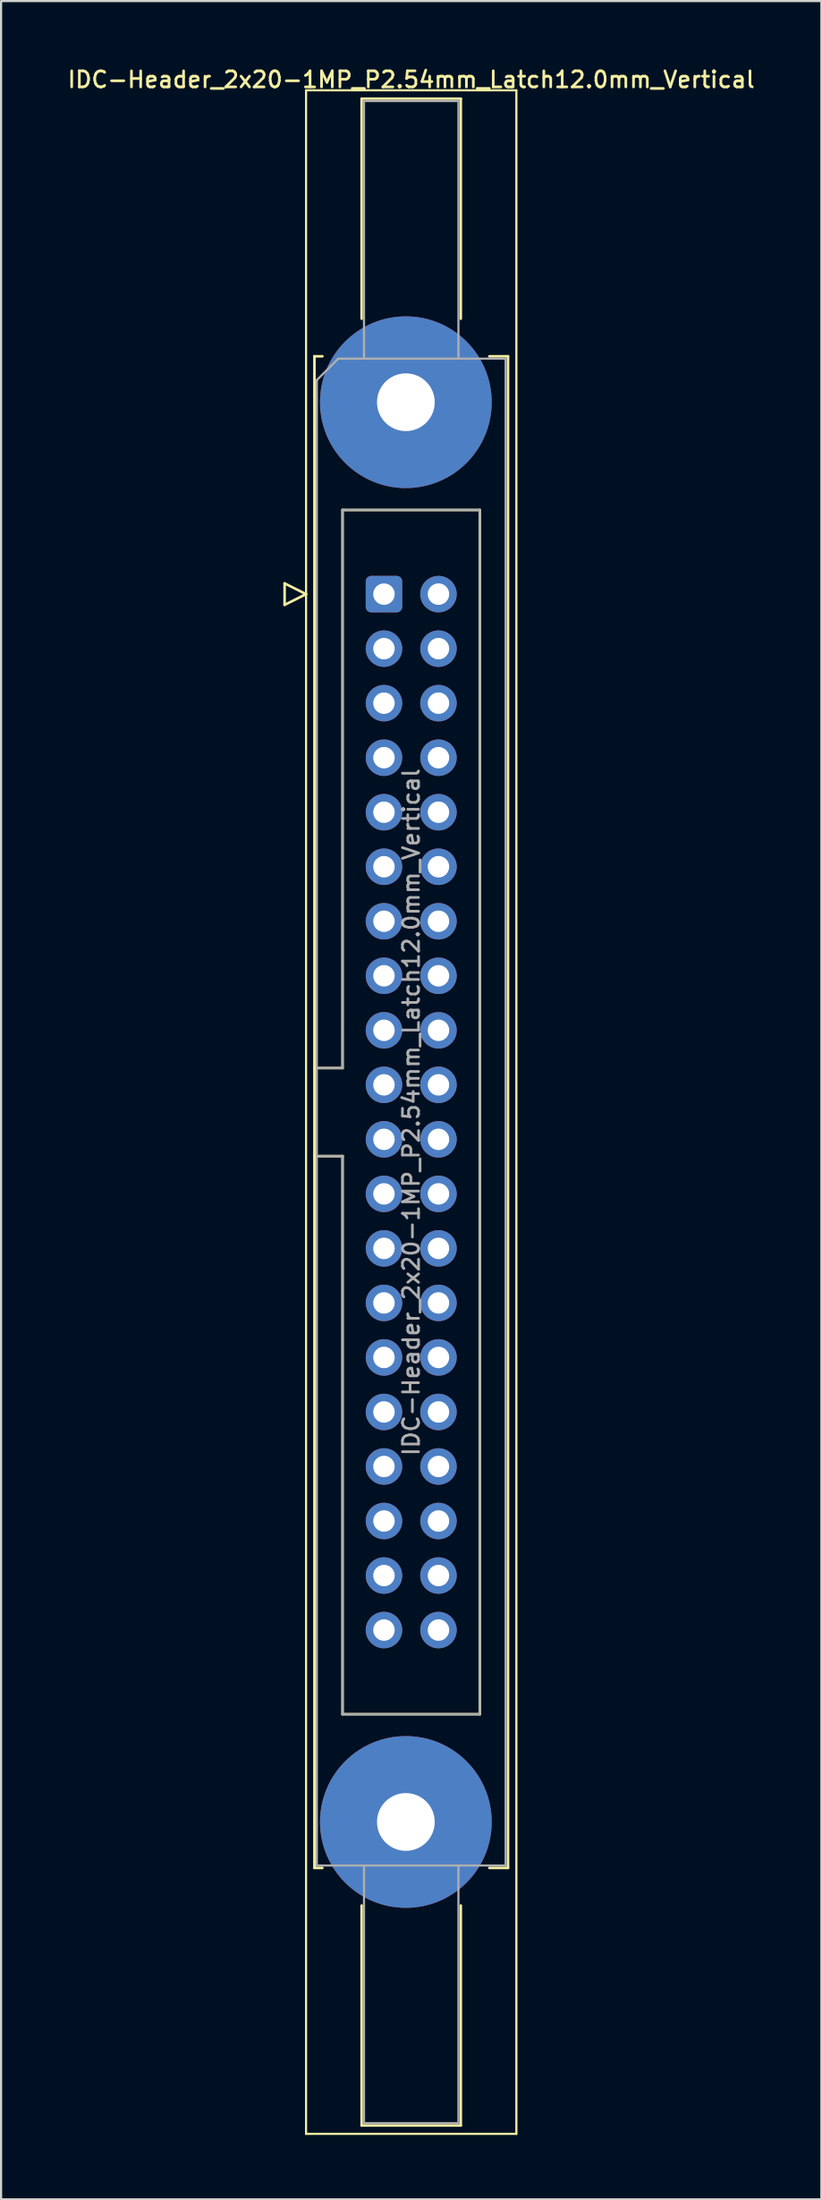
<source format=kicad_pcb>
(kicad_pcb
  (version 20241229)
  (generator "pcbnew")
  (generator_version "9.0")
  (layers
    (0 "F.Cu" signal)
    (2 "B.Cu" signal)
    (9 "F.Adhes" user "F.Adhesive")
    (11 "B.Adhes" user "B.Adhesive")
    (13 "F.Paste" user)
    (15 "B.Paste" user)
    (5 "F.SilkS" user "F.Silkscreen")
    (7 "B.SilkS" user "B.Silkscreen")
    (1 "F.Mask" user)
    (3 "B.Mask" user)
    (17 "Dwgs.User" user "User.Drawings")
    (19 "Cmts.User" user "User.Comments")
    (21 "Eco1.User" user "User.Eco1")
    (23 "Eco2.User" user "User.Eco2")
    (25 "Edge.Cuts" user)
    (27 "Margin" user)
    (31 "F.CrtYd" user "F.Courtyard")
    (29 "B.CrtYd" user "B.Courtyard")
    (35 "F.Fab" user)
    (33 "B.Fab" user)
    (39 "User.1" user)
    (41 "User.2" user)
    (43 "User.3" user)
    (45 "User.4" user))
  (footprint "IDC-Header_2x20-1MP_P2.54mm_Latch12.0mm_Vertical"
    (layer "F.Cu")
    (at 14.842 24.628)
    (property "Reference" "IDC-Header_2x20-1MP_P2.54mm_Latch12.0mm_Vertical" (at 1.27 -23.97 0) (layer "F.SilkS") (effects (font (size 0.75 0.75) (thickness 0.125))))
    (attr through_hole)
    (fp_line (start -4.63 -0.5) (end -4.63 0.5) (stroke (width 0.12) (type solid)) (layer "F.SilkS"))
    (fp_line (start -4.63 0.5) (end -3.63 0) (stroke (width 0.12) (type solid)) (layer "F.SilkS"))
    (fp_line (start -3.63 -23.47) (end -3.63 71.73) (stroke (width 0.1) (type solid)) (layer "F.SilkS"))
    (fp_line (start -3.63 0) (end -4.63 -0.5) (stroke (width 0.12) (type solid)) (layer "F.SilkS"))
    (fp_line (start -3.63 71.73) (end 6.17 71.73) (stroke (width 0.1) (type solid)) (layer "F.SilkS"))
    (fp_line (start -3.24 -11.08) (end -3.24 59.34) (stroke (width 0.12) (type solid)) (layer "F.SilkS"))
    (fp_line (start -3.24 22.08) (end -1.93 22.08) (stroke (width 0.12) (type solid)) (layer "F.SilkS"))
    (fp_line (start -3.24 59.34) (end -2.87 59.34) (stroke (width 0.12) (type solid)) (layer "F.SilkS"))
    (fp_line (start -2.87 -11.08) (end -3.24 -11.08) (stroke (width 0.12) (type solid)) (layer "F.SilkS"))
    (fp_line (start -1.93 -3.92) (end 4.47 -3.92) (stroke (width 0.12) (type solid)) (layer "F.SilkS"))
    (fp_line (start -1.93 22.08) (end -1.93 -3.92) (stroke (width 0.12) (type solid)) (layer "F.SilkS"))
    (fp_line (start -1.93 26.18) (end -3.24 26.18) (stroke (width 0.12) (type solid)) (layer "F.SilkS"))
    (fp_line (start -1.93 26.18) (end -1.93 26.18) (stroke (width 0.12) (type solid)) (layer "F.SilkS"))
    (fp_line (start -1.93 52.18) (end -1.93 26.18) (stroke (width 0.12) (type solid)) (layer "F.SilkS"))
    (fp_line (start -1.04 -23.08) (end 3.58 -23.08) (stroke (width 0.12) (type solid)) (layer "F.SilkS"))
    (fp_line (start -1.04 -12.83) (end -1.04 -23.08) (stroke (width 0.12) (type solid)) (layer "F.SilkS"))
    (fp_line (start -1.04 61.09) (end -1.04 71.34) (stroke (width 0.12) (type solid)) (layer "F.SilkS"))
    (fp_line (start -1.04 71.34) (end 3.58 71.34) (stroke (width 0.12) (type solid)) (layer "F.SilkS"))
    (fp_line (start 3.58 -23.08) (end 3.58 -12.83) (stroke (width 0.12) (type solid)) (layer "F.SilkS"))
    (fp_line (start 3.58 71.34) (end 3.58 61.09) (stroke (width 0.12) (type solid)) (layer "F.SilkS"))
    (fp_line (start 4.47 -3.92) (end 4.47 52.18) (stroke (width 0.12) (type solid)) (layer "F.SilkS"))
    (fp_line (start 4.47 52.18) (end -1.93 52.18) (stroke (width 0.12) (type solid)) (layer "F.SilkS"))
    (fp_line (start 4.91 -11.08) (end 5.78 -11.08) (stroke (width 0.12) (type solid)) (layer "F.SilkS"))
    (fp_line (start 5.78 -11.08) (end 5.78 59.34) (stroke (width 0.12) (type solid)) (layer "F.SilkS"))
    (fp_line (start 5.78 59.34) (end 4.91 59.34) (stroke (width 0.12) (type solid)) (layer "F.SilkS"))
    (fp_line (start 6.17 -23.47) (end -3.63 -23.47) (stroke (width 0.1) (type solid)) (layer "F.SilkS"))
    (fp_line (start 6.17 71.73) (end 6.17 -23.47) (stroke (width 0.1) (type solid)) (layer "F.SilkS"))
    (fp_line (start -3.13 -9.97) (end -2.13 -10.97) (stroke (width 0.1) (type solid)) (layer "F.Fab"))
    (fp_line (start -3.13 22.08) (end -1.93 22.08) (stroke (width 0.1) (type solid)) (layer "F.Fab"))
    (fp_line (start -3.13 59.23) (end -3.13 -9.97) (stroke (width 0.1) (type solid)) (layer "F.Fab"))
    (fp_line (start -2.13 -10.97) (end 5.67 -10.97) (stroke (width 0.1) (type solid)) (layer "F.Fab"))
    (fp_line (start -1.93 -3.92) (end 4.47 -3.92) (stroke (width 0.1) (type solid)) (layer "F.Fab"))
    (fp_line (start -1.93 22.08) (end -1.93 -3.92) (stroke (width 0.1) (type solid)) (layer "F.Fab"))
    (fp_line (start -1.93 26.18) (end -3.13 26.18) (stroke (width 0.1) (type solid)) (layer "F.Fab"))
    (fp_line (start -1.93 26.18) (end -1.93 26.18) (stroke (width 0.1) (type solid)) (layer "F.Fab"))
    (fp_line (start -1.93 52.18) (end -1.93 26.18) (stroke (width 0.1) (type solid)) (layer "F.Fab"))
    (fp_line (start -0.93 -22.97) (end 3.47 -22.97) (stroke (width 0.1) (type solid)) (layer "F.Fab"))
    (fp_line (start -0.93 -10.97) (end -0.93 -22.97) (stroke (width 0.1) (type solid)) (layer "F.Fab"))
    (fp_line (start -0.93 59.23) (end -0.93 71.23) (stroke (width 0.1) (type solid)) (layer "F.Fab"))
    (fp_line (start -0.93 71.23) (end 3.47 71.23) (stroke (width 0.1) (type solid)) (layer "F.Fab"))
    (fp_line (start 3.47 -22.97) (end 3.47 -10.97) (stroke (width 0.1) (type solid)) (layer "F.Fab"))
    (fp_line (start 3.47 71.23) (end 3.47 59.23) (stroke (width 0.1) (type solid)) (layer "F.Fab"))
    (fp_line (start 4.47 -3.92) (end 4.47 52.18) (stroke (width 0.1) (type solid)) (layer "F.Fab"))
    (fp_line (start 4.47 52.18) (end -1.93 52.18) (stroke (width 0.1) (type solid)) (layer "F.Fab"))
    (fp_line (start 5.67 -10.97) (end 5.67 59.23) (stroke (width 0.1) (type solid)) (layer "F.Fab"))
    (fp_line (start 5.67 59.23) (end -3.13 59.23) (stroke (width 0.1) (type solid)) (layer "F.Fab"))
    (fp_text user "${REFERENCE}" (at 1.27 24.13 90) (layer "F.Fab") (effects (font (size 0.75 0.75) (thickness 0.125))))
    (pad "1" thru_hole roundrect (at 0 0) (size 1.7 1.7) (drill 1) (layers "*.Cu" "*.Mask") (roundrect_rratio 0.147))
    (pad "2" thru_hole circle (at 2.54 0) (size 1.7 1.7) (drill 1) (layers "*.Cu" "*.Mask"))
    (pad "3" thru_hole circle (at 0 2.54) (size 1.7 1.7) (drill 1) (layers "*.Cu" "*.Mask"))
    (pad "4" thru_hole circle (at 2.54 2.54) (size 1.7 1.7) (drill 1) (layers "*.Cu" "*.Mask"))
    (pad "5" thru_hole circle (at 0 5.08) (size 1.7 1.7) (drill 1) (layers "*.Cu" "*.Mask"))
    (pad "6" thru_hole circle (at 2.54 5.08) (size 1.7 1.7) (drill 1) (layers "*.Cu" "*.Mask"))
    (pad "7" thru_hole circle (at 0 7.62) (size 1.7 1.7) (drill 1) (layers "*.Cu" "*.Mask"))
    (pad "8" thru_hole circle (at 2.54 7.62) (size 1.7 1.7) (drill 1) (layers "*.Cu" "*.Mask"))
    (pad "9" thru_hole circle (at 0 10.16) (size 1.7 1.7) (drill 1) (layers "*.Cu" "*.Mask"))
    (pad "10" thru_hole circle (at 2.54 10.16) (size 1.7 1.7) (drill 1) (layers "*.Cu" "*.Mask"))
    (pad "11" thru_hole circle (at 0 12.7) (size 1.7 1.7) (drill 1) (layers "*.Cu" "*.Mask"))
    (pad "12" thru_hole circle (at 2.54 12.7) (size 1.7 1.7) (drill 1) (layers "*.Cu" "*.Mask"))
    (pad "13" thru_hole circle (at 0 15.24) (size 1.7 1.7) (drill 1) (layers "*.Cu" "*.Mask"))
    (pad "14" thru_hole circle (at 2.54 15.24) (size 1.7 1.7) (drill 1) (layers "*.Cu" "*.Mask"))
    (pad "15" thru_hole circle (at 0 17.78) (size 1.7 1.7) (drill 1) (layers "*.Cu" "*.Mask"))
    (pad "16" thru_hole circle (at 2.54 17.78) (size 1.7 1.7) (drill 1) (layers "*.Cu" "*.Mask"))
    (pad "17" thru_hole circle (at 0 20.32) (size 1.7 1.7) (drill 1) (layers "*.Cu" "*.Mask"))
    (pad "18" thru_hole circle (at 2.54 20.32) (size 1.7 1.7) (drill 1) (layers "*.Cu" "*.Mask"))
    (pad "19" thru_hole circle (at 0 22.86) (size 1.7 1.7) (drill 1) (layers "*.Cu" "*.Mask"))
    (pad "20" thru_hole circle (at 2.54 22.86) (size 1.7 1.7) (drill 1) (layers "*.Cu" "*.Mask"))
    (pad "21" thru_hole circle (at 0 25.4) (size 1.7 1.7) (drill 1) (layers "*.Cu" "*.Mask"))
    (pad "22" thru_hole circle (at 2.54 25.4) (size 1.7 1.7) (drill 1) (layers "*.Cu" "*.Mask"))
    (pad "23" thru_hole circle (at 0 27.94) (size 1.7 1.7) (drill 1) (layers "*.Cu" "*.Mask"))
    (pad "24" thru_hole circle (at 2.54 27.94) (size 1.7 1.7) (drill 1) (layers "*.Cu" "*.Mask"))
    (pad "25" thru_hole circle (at 0 30.48) (size 1.7 1.7) (drill 1) (layers "*.Cu" "*.Mask"))
    (pad "26" thru_hole circle (at 2.54 30.48) (size 1.7 1.7) (drill 1) (layers "*.Cu" "*.Mask"))
    (pad "27" thru_hole circle (at 0 33.02) (size 1.7 1.7) (drill 1) (layers "*.Cu" "*.Mask"))
    (pad "28" thru_hole circle (at 2.54 33.02) (size 1.7 1.7) (drill 1) (layers "*.Cu" "*.Mask"))
    (pad "29" thru_hole circle (at 0 35.56) (size 1.7 1.7) (drill 1) (layers "*.Cu" "*.Mask"))
    (pad "30" thru_hole circle (at 2.54 35.56) (size 1.7 1.7) (drill 1) (layers "*.Cu" "*.Mask"))
    (pad "31" thru_hole circle (at 0 38.1) (size 1.7 1.7) (drill 1) (layers "*.Cu" "*.Mask"))
    (pad "32" thru_hole circle (at 2.54 38.1) (size 1.7 1.7) (drill 1) (layers "*.Cu" "*.Mask"))
    (pad "33" thru_hole circle (at 0 40.64) (size 1.7 1.7) (drill 1) (layers "*.Cu" "*.Mask"))
    (pad "34" thru_hole circle (at 2.54 40.64) (size 1.7 1.7) (drill 1) (layers "*.Cu" "*.Mask"))
    (pad "35" thru_hole circle (at 0 43.18) (size 1.7 1.7) (drill 1) (layers "*.Cu" "*.Mask"))
    (pad "36" thru_hole circle (at 2.54 43.18) (size 1.7 1.7) (drill 1) (layers "*.Cu" "*.Mask"))
    (pad "37" thru_hole circle (at 0 45.72) (size 1.7 1.7) (drill 1) (layers "*.Cu" "*.Mask"))
    (pad "38" thru_hole circle (at 2.54 45.72) (size 1.7 1.7) (drill 1) (layers "*.Cu" "*.Mask"))
    (pad "39" thru_hole circle (at 0 48.26) (size 1.7 1.7) (drill 1) (layers "*.Cu" "*.Mask"))
    (pad "40" thru_hole circle (at 2.54 48.26) (size 1.7 1.7) (drill 1) (layers "*.Cu" "*.Mask"))
    (pad "MP" thru_hole circle (at 1.02 -8.94) (size 8 8) (drill 2.69) (layers "*.Cu" "*.Mask"))
    (pad "MP" thru_hole circle (at 1.02 57.2) (size 8 8) (drill 2.69) (layers "*.Cu" "*.Mask")))
  (gr_rect
    (start -3 -3)
    (end 35.225 99.408)
    (stroke (width 0.1) (type default))
    (fill no)
    (layer "Edge.Cuts")))
</source>
